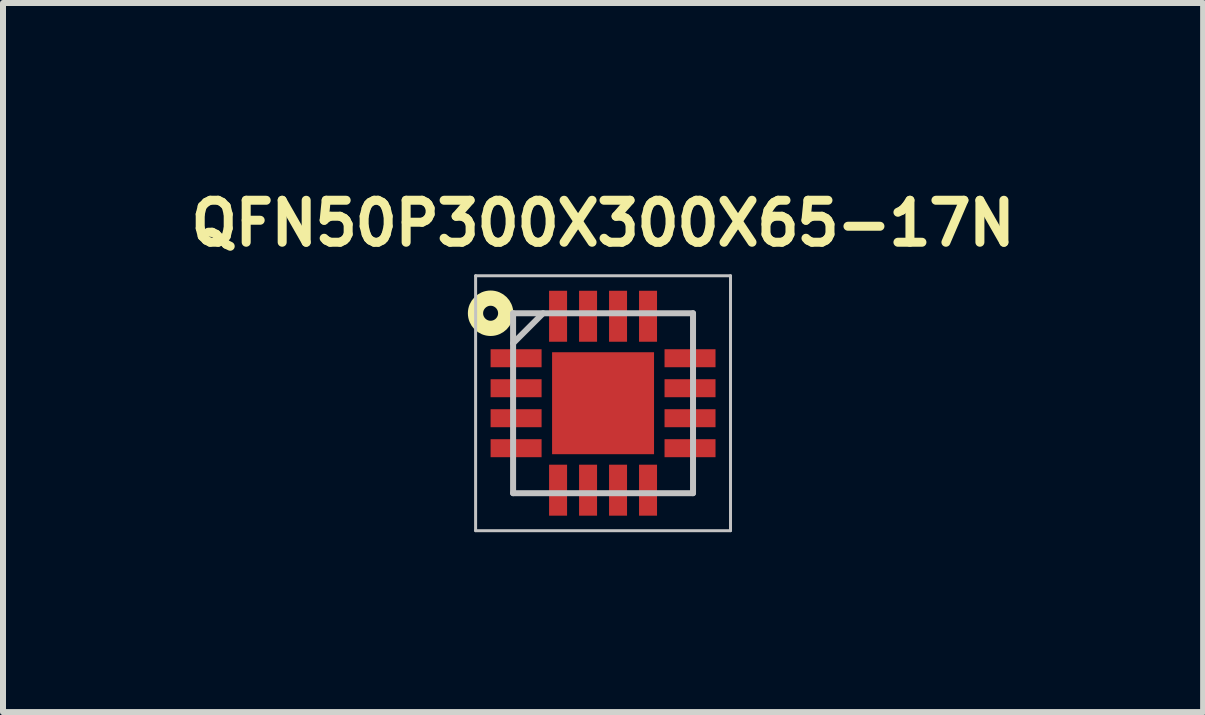
<source format=kicad_pcb>
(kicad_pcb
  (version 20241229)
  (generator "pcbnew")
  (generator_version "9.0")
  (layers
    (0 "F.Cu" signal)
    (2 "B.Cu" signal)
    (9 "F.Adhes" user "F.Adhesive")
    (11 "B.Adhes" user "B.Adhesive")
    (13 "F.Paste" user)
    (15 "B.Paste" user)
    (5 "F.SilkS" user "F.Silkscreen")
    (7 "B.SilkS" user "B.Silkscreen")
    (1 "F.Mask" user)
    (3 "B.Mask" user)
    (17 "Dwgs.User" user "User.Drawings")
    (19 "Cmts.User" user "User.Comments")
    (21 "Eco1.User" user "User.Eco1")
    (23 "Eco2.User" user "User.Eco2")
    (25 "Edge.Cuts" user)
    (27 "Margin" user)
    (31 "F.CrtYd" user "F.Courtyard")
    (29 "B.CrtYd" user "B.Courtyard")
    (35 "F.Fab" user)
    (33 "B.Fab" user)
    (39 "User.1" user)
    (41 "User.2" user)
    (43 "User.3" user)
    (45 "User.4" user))
  (footprint "QFN50P300X300X65-17N"
    (layer "F.Cu")
    (at 7.005 3.673)
    (property "Reference" "QFN50P300X300X65-17N" (at 0 -3 0) (layer "F.SilkS") (effects (font (size 0.7 0.7) (thickness 0.15))))
    (attr smd)
    (fp_circle (center -1.875 -1.5) (end -1.75 -1.5) (stroke (width 0.254) (type solid)) (fill no) (layer "F.SilkS"))
    (fp_line (start -2.125 -2.125) (end 2.125 -2.125) (stroke (width 0.05) (type solid)) (layer "Dwgs.User"))
    (fp_line (start -2.125 2.125) (end -2.125 -2.125) (stroke (width 0.05) (type solid)) (layer "Dwgs.User"))
    (fp_line (start -1.5 -1.5) (end 1.5 -1.5) (stroke (width 0.1) (type solid)) (layer "Dwgs.User"))
    (fp_line (start -1.5 -1) (end -1 -1.5) (stroke (width 0.1) (type solid)) (layer "Dwgs.User"))
    (fp_line (start -1.5 1.5) (end -1.5 -1.5) (stroke (width 0.1) (type solid)) (layer "Dwgs.User"))
    (fp_line (start 1.5 -1.5) (end 1.5 1.5) (stroke (width 0.1) (type solid)) (layer "Dwgs.User"))
    (fp_line (start 1.5 1.5) (end -1.5 1.5) (stroke (width 0.1) (type solid)) (layer "Dwgs.User"))
    (fp_line (start 2.125 -2.125) (end 2.125 2.125) (stroke (width 0.05) (type solid)) (layer "Dwgs.User"))
    (fp_line (start 2.125 2.125) (end -2.125 2.125) (stroke (width 0.05) (type solid)) (layer "Dwgs.User"))
    (pad "1" smd rect (at -1.45 -0.75 90) (size 0.3 0.85) (layers "F.Cu" "F.Mask" "F.Paste"))
    (pad "2" smd rect (at -1.45 -0.25 90) (size 0.3 0.85) (layers "F.Cu" "F.Mask" "F.Paste"))
    (pad "3" smd rect (at -1.45 0.25 90) (size 0.3 0.85) (layers "F.Cu" "F.Mask" "F.Paste"))
    (pad "4" smd rect (at -1.45 0.75 90) (size 0.3 0.85) (layers "F.Cu" "F.Mask" "F.Paste"))
    (pad "5" smd rect (at -0.75 1.45) (size 0.3 0.85) (layers "F.Cu" "F.Mask" "F.Paste"))
    (pad "6" smd rect (at -0.25 1.45) (size 0.3 0.85) (layers "F.Cu" "F.Mask" "F.Paste"))
    (pad "7" smd rect (at 0.25 1.45) (size 0.3 0.85) (layers "F.Cu" "F.Mask" "F.Paste"))
    (pad "8" smd rect (at 0.75 1.45) (size 0.3 0.85) (layers "F.Cu" "F.Mask" "F.Paste"))
    (pad "9" smd rect (at 1.45 0.75 90) (size 0.3 0.85) (layers "F.Cu" "F.Mask" "F.Paste"))
    (pad "10" smd rect (at 1.45 0.25 90) (size 0.3 0.85) (layers "F.Cu" "F.Mask" "F.Paste"))
    (pad "11" smd rect (at 1.45 -0.25 90) (size 0.3 0.85) (layers "F.Cu" "F.Mask" "F.Paste"))
    (pad "12" smd rect (at 1.45 -0.75 90) (size 0.3 0.85) (layers "F.Cu" "F.Mask" "F.Paste"))
    (pad "13" smd rect (at 0.75 -1.45) (size 0.3 0.85) (layers "F.Cu" "F.Mask" "F.Paste"))
    (pad "14" smd rect (at 0.25 -1.45) (size 0.3 0.85) (layers "F.Cu" "F.Mask" "F.Paste"))
    (pad "15" smd rect (at -0.25 -1.45) (size 0.3 0.85) (layers "F.Cu" "F.Mask" "F.Paste"))
    (pad "16" smd rect (at -0.75 -1.45) (size 0.3 0.85) (layers "F.Cu" "F.Mask" "F.Paste"))
    (pad "17" smd rect (at 0 0) (size 1.7 1.7) (layers "F.Cu" "F.Mask" "F.Paste")))
  (gr_rect
    (start -3 -3)
    (end 17.01 8.823)
    (stroke (width 0.1) (type default))
    (fill no)
    (layer "Edge.Cuts")))
</source>
